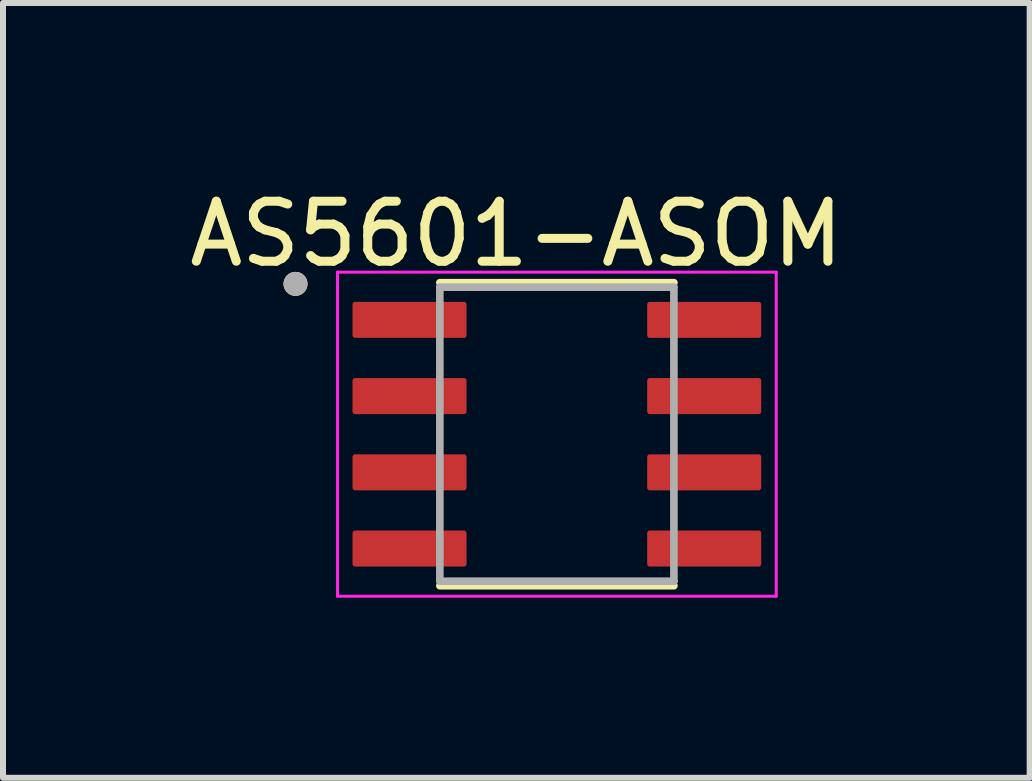
<source format=kicad_pcb>
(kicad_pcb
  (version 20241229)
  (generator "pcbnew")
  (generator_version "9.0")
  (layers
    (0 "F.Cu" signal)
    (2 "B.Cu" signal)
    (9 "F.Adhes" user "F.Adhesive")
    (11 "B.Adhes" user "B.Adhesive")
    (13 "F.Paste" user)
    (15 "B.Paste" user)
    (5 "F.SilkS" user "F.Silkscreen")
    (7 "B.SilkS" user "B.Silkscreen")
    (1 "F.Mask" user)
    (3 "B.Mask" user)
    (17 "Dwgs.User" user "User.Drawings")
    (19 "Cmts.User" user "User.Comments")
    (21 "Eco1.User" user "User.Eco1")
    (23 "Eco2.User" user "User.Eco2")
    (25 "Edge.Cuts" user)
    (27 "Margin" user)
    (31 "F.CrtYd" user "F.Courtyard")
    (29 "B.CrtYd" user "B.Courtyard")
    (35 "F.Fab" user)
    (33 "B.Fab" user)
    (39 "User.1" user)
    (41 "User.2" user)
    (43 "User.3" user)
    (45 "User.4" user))
  (footprint "AS5601-ASOM"
    (layer "F.Cu")
    (at 6.229 4.185)
    (property "Reference" "AS5601-ASOM" (at -0.675 -3.337 0) (layer "F.SilkS") (effects (font (size 1 1) (thickness 0.15))))
    (attr through_hole)
    (fp_line (start -1.95 -2.525) (end 1.95 -2.525) (stroke (width 0.127) (type solid)) (layer "F.SilkS"))
    (fp_line (start -1.95 2.525) (end 1.95 2.525) (stroke (width 0.127) (type solid)) (layer "F.SilkS"))
    (fp_circle (center -4.355 -2.505) (end -4.255 -2.505) (stroke (width 0.2) (type solid)) (fill no) (layer "F.SilkS"))
    (fp_line (start -3.655 -2.7) (end -3.655 2.7) (stroke (width 0.05) (type solid)) (layer "F.CrtYd"))
    (fp_line (start -3.655 -2.7) (end 3.655 -2.7) (stroke (width 0.05) (type solid)) (layer "F.CrtYd"))
    (fp_line (start -3.655 2.7) (end 3.655 2.7) (stroke (width 0.05) (type solid)) (layer "F.CrtYd"))
    (fp_line (start 3.655 -2.7) (end 3.655 2.7) (stroke (width 0.05) (type solid)) (layer "F.CrtYd"))
    (fp_line (start -1.95 -2.45) (end -1.95 2.45) (stroke (width 0.127) (type solid)) (layer "F.Fab"))
    (fp_line (start -1.95 -2.45) (end 1.95 -2.45) (stroke (width 0.127) (type solid)) (layer "F.Fab"))
    (fp_line (start -1.95 2.45) (end 1.95 2.45) (stroke (width 0.127) (type solid)) (layer "F.Fab"))
    (fp_line (start 1.95 -2.45) (end 1.95 2.45) (stroke (width 0.127) (type solid)) (layer "F.Fab"))
    (fp_circle (center -4.355 -2.505) (end -4.255 -2.505) (stroke (width 0.2) (type solid)) (fill no) (layer "F.Fab"))
    (pad "1" smd roundrect (at -2.455 -1.905) (size 1.9 0.6) (layers "F.Cu" "F.Mask" "F.Paste") (roundrect_rratio 0.07))
    (pad "2" smd roundrect (at -2.455 -0.635) (size 1.9 0.6) (layers "F.Cu" "F.Mask" "F.Paste") (roundrect_rratio 0.07))
    (pad "3" smd roundrect (at -2.455 0.635) (size 1.9 0.6) (layers "F.Cu" "F.Mask" "F.Paste") (roundrect_rratio 0.07))
    (pad "4" smd roundrect (at -2.455 1.905) (size 1.9 0.6) (layers "F.Cu" "F.Mask" "F.Paste") (roundrect_rratio 0.07))
    (pad "5" smd roundrect (at 2.455 1.905) (size 1.9 0.6) (layers "F.Cu" "F.Mask" "F.Paste") (roundrect_rratio 0.07))
    (pad "6" smd roundrect (at 2.455 0.635) (size 1.9 0.6) (layers "F.Cu" "F.Mask" "F.Paste") (roundrect_rratio 0.07))
    (pad "7" smd roundrect (at 2.455 -0.635) (size 1.9 0.6) (layers "F.Cu" "F.Mask" "F.Paste") (roundrect_rratio 0.07))
    (pad "8" smd roundrect (at 2.455 -1.905) (size 1.9 0.6) (layers "F.Cu" "F.Mask" "F.Paste") (roundrect_rratio 0.07)))
  (gr_rect
    (start -3 -3)
    (end 14.107 9.91)
    (stroke (width 0.1) (type default))
    (fill no)
    (layer "Edge.Cuts")))
</source>
